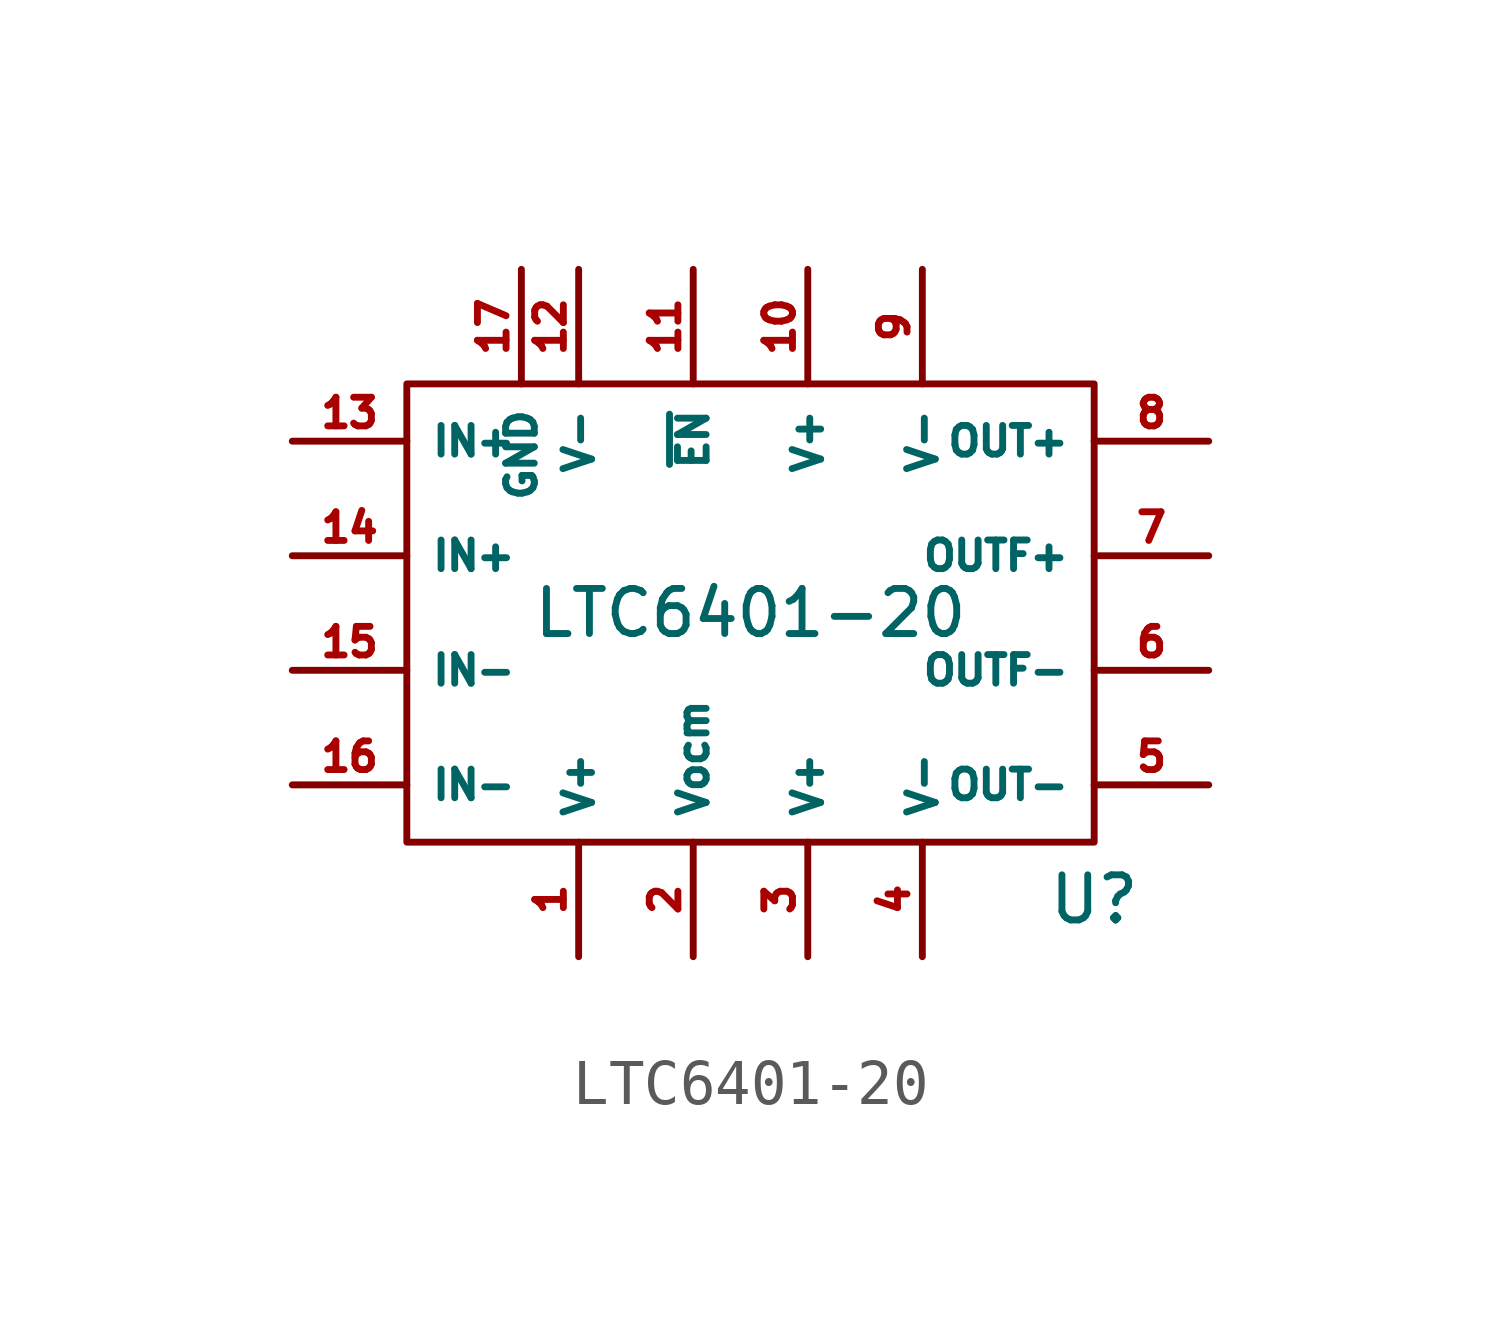
<source format=kicad_sym>
(kicad_symbol_lib
  (version 20220914)
  (generator kicad_symbol_editor)
  (symbol "LTC6401-20"
    (property "Reference" "U"
      (at 7.62 -6.35 0)
      (effects (font (size 1 1))))
    (property "Value" "LTC6401-20"
      (at 0 0 0)
      (effects (font (size 1 1))))
    (symbol "LTC6401-20_0_1"
      (rectangle (start -7.62 5.08) (end 7.62 -5.08) (stroke (width 0) (type default)) (fill (type none))))
    (symbol "LTC6401-20_1_1"
      (pin power_in line (at -3.81 -7.62 90) (length 2.54) (name "V+" (effects (font (size 0.635 0.635)))) (number "1" (effects (font (size 0.635 0.635)))))
      (pin power_in line (at 1.27 7.62 270) (length 2.54) (name "V+" (effects (font (size 0.635 0.635)))) (number "10" (effects (font (size 0.635 0.635)))))
      (pin input line (at -1.27 7.62 270) (length 2.54) (name "~{EN}" (effects (font (size 0.635 0.635)))) (number "11" (effects (font (size 0.635 0.635)))))
      (pin power_in line (at -3.81 7.62 270) (length 2.54) (name "V-" (effects (font (size 0.635 0.635)))) (number "12" (effects (font (size 0.635 0.635)))))
      (pin input line (at -10.16 3.81 0) (length 2.54) (name "IN+" (effects (font (size 0.635 0.635)))) (number "13" (effects (font (size 0.635 0.635)))))
      (pin input line (at -10.16 1.27 0) (length 2.54) (name "IN+" (effects (font (size 0.635 0.635)))) (number "14" (effects (font (size 0.635 0.635)))))
      (pin input line (at -10.16 -1.27 0) (length 2.54) (name "IN-" (effects (font (size 0.635 0.635)))) (number "15" (effects (font (size 0.635 0.635)))))
      (pin input line (at -10.16 -3.81 0) (length 2.54) (name "IN-" (effects (font (size 0.635 0.635)))) (number "16" (effects (font (size 0.635 0.635)))))
      (pin power_in line (at -5.08 7.62 270) (length 2.54) (name "GND" (effects (font (size 0.635 0.635)))) (number "17" (effects (font (size 0.635 0.635)))))
      (pin power_in line (at -1.27 -7.62 90) (length 2.54) (name "Vocm" (effects (font (size 0.635 0.635)))) (number "2" (effects (font (size 0.635 0.635)))))
      (pin power_in line (at 1.27 -7.62 90) (length 2.54) (name "V+" (effects (font (size 0.635 0.635)))) (number "3" (effects (font (size 0.635 0.635)))))
      (pin power_in line (at 3.81 -7.62 90) (length 2.54) (name "V-" (effects (font (size 0.635 0.635)))) (number "4" (effects (font (size 0.635 0.635)))))
      (pin output line (at 10.16 -3.81 180) (length 2.54) (name "OUT-" (effects (font (size 0.635 0.635)))) (number "5" (effects (font (size 0.635 0.635)))))
      (pin output line (at 10.16 -1.27 180) (length 2.54) (name "OUTF-" (effects (font (size 0.635 0.635)))) (number "6" (effects (font (size 0.635 0.635)))))
      (pin output line (at 10.16 1.27 180) (length 2.54) (name "OUTF+" (effects (font (size 0.635 0.635)))) (number "7" (effects (font (size 0.635 0.635)))))
      (pin output line (at 10.16 3.81 180) (length 2.54) (name "OUT+" (effects (font (size 0.635 0.635)))) (number "8" (effects (font (size 0.635 0.635)))))
      (pin power_in line (at 3.81 7.62 270) (length 2.54) (name "V-" (effects (font (size 0.635 0.635)))) (number "9" (effects (font (size 0.635 0.635))))))))
</source>
